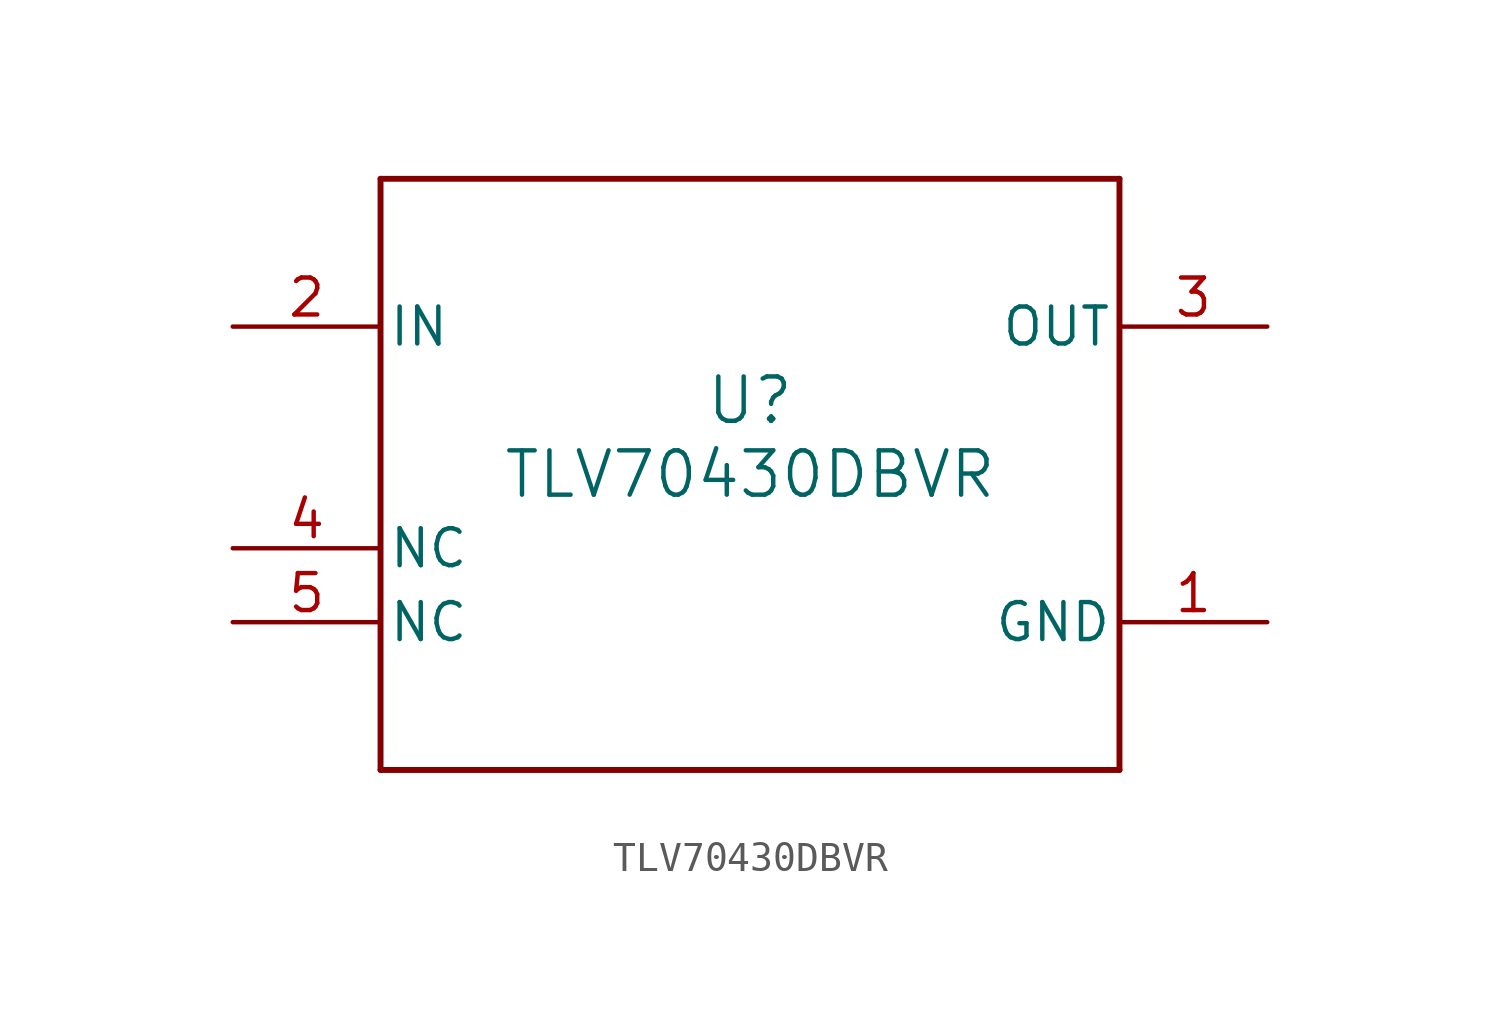
<source format=kicad_sym>
(kicad_symbol_lib
  (version 20211014)
  (generator kicad_symbol_editor)
  (symbol "TLV70430DBVR"
    (pin_names
      (offset 0.254))
    (property "Reference" "U"
      (at 0 2.54 0)
      (effects (font (size 1.524 1.524))))
    (property "Value" "TLV70430DBVR"
      (at 0 0 0)
      (effects (font (size 1.524 1.524))))
    (symbol "TLV70430DBVR_0_1"
      (polyline (pts (xy -12.7 -10.16) (xy 12.7 -10.16)) (stroke (width 0.203) (type default) (color 0 0 0 0)) (fill (type none)))
      (polyline (pts (xy 12.7 -10.16) (xy 12.7 10.16)) (stroke (width 0.203) (type default) (color 0 0 0 0)) (fill (type none)))
      (polyline (pts (xy 12.7 10.16) (xy -12.7 10.16)) (stroke (width 0.203) (type default) (color 0 0 0 0)) (fill (type none)))
      (polyline (pts (xy -12.7 10.16) (xy -12.7 -10.16)) (stroke (width 0.203) (type default) (color 0 0 0 0)) (fill (type none)))
      (pin power_in line (at 17.78 -5.08 180) (length 5.08) (name "GND" (effects (font (size 1.27 1.27)))) (number "1" (effects (font (size 1.27 1.27)))))
      (pin power_in line (at -17.78 5.08 0) (length 5.08) (name "IN" (effects (font (size 1.27 1.27)))) (number "2" (effects (font (size 1.27 1.27)))))
      (pin power_in line (at 17.78 5.08 180) (length 5.08) (name "OUT" (effects (font (size 1.27 1.27)))) (number "3" (effects (font (size 1.27 1.27)))))
      (pin unspecified line (at -17.78 -2.54 0) (length 5.08) (name "NC" (effects (font (size 1.27 1.27)))) (number "4" (effects (font (size 1.27 1.27)))))
      (pin unspecified line (at -17.78 -5.08 0) (length 5.08) (name "NC" (effects (font (size 1.27 1.27)))) (number "5" (effects (font (size 1.27 1.27))))))))
</source>
